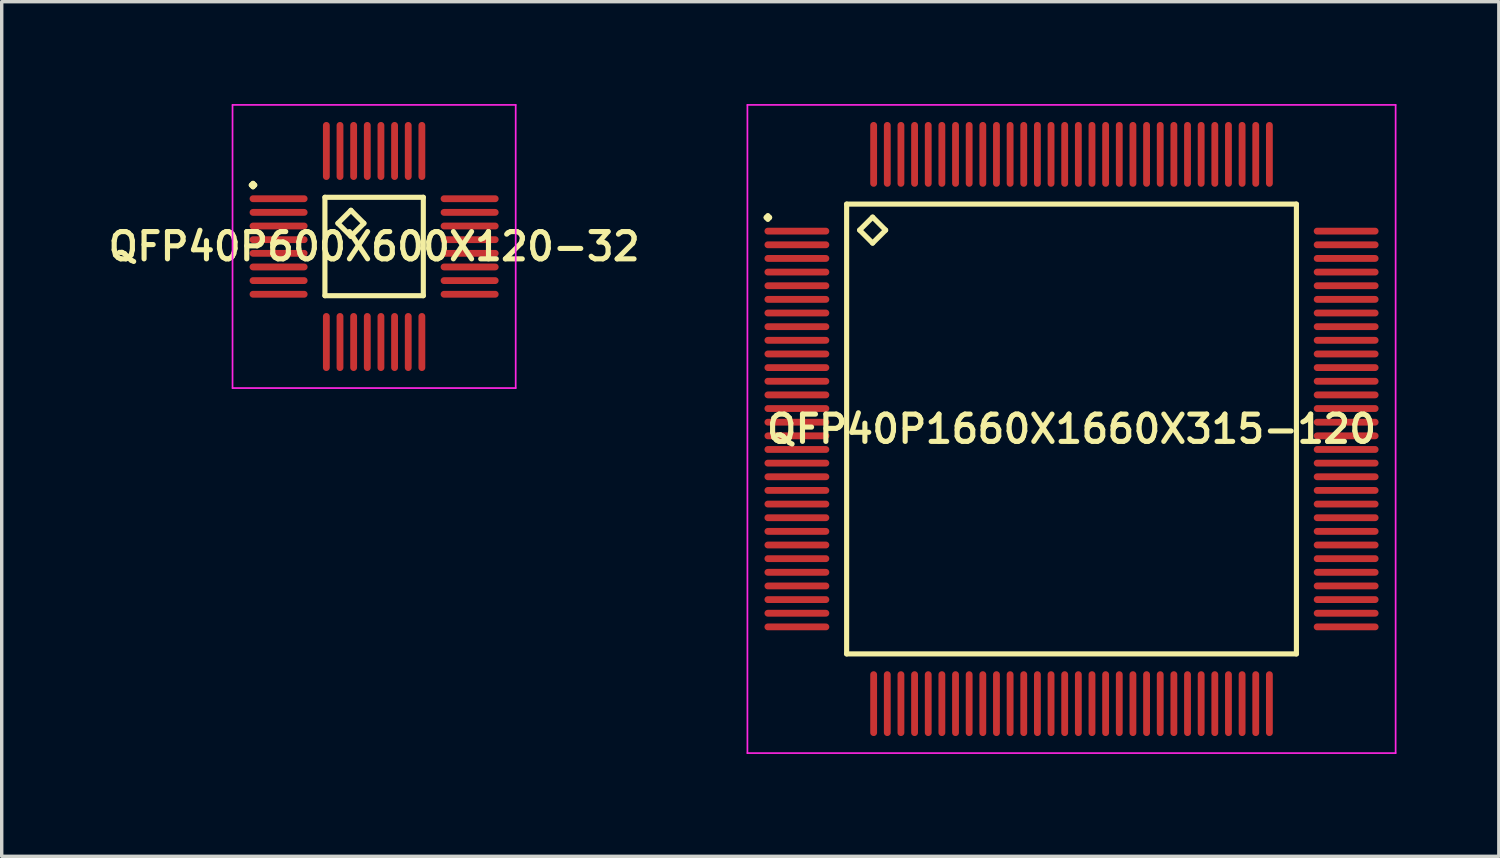
<source format=kicad_pcb>
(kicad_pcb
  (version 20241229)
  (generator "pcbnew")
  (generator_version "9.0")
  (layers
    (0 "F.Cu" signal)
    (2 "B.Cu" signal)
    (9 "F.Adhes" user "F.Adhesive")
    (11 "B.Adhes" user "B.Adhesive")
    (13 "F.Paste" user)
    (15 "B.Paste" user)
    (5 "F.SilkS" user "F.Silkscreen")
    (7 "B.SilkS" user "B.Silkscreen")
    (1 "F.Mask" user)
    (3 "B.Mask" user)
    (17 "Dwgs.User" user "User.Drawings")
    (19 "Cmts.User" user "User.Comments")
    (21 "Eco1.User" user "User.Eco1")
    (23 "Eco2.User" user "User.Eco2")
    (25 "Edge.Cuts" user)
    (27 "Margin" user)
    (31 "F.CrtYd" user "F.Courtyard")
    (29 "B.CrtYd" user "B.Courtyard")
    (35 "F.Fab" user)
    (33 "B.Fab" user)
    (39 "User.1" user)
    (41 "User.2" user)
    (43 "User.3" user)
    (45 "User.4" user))
  (footprint "QFP40P1660X1660X315-120"
    (layer "F.Cu")
    (at 28.358 9.525)
    (property "Reference" "QFP40P1660X1660X315-120" (at 0 0 0) (layer "F.SilkS") (effects (font (size 0.8 0.8) (thickness 0.15))))
    (attr smd)
    (fp_line (start -8.95 -6.2) (end -8.9 -6.25) (stroke (width 0.15) (type solid)) (layer "F.SilkS"))
    (fp_line (start -8.9 -6.25) (end -8.85 -6.2) (stroke (width 0.15) (type solid)) (layer "F.SilkS"))
    (fp_line (start -8.9 -6.15) (end -8.95 -6.2) (stroke (width 0.15) (type solid)) (layer "F.SilkS"))
    (fp_line (start -8.85 -6.2) (end -8.9 -6.15) (stroke (width 0.15) (type solid)) (layer "F.SilkS"))
    (fp_line (start -6.592 -6.592) (end -6.592 6.592) (stroke (width 0.15) (type solid)) (layer "F.SilkS"))
    (fp_line (start -6.592 6.592) (end 6.592 6.592) (stroke (width 0.15) (type solid)) (layer "F.SilkS"))
    (fp_line (start -6.211 -5.83) (end -5.83 -6.211) (stroke (width 0.15) (type solid)) (layer "F.SilkS"))
    (fp_line (start -5.83 -6.211) (end -5.449 -5.83) (stroke (width 0.15) (type solid)) (layer "F.SilkS"))
    (fp_line (start -5.83 -5.449) (end -6.211 -5.83) (stroke (width 0.15) (type solid)) (layer "F.SilkS"))
    (fp_line (start -5.449 -5.83) (end -5.83 -5.449) (stroke (width 0.15) (type solid)) (layer "F.SilkS"))
    (fp_line (start 6.592 -6.592) (end -6.592 -6.592) (stroke (width 0.15) (type solid)) (layer "F.SilkS"))
    (fp_line (start 6.592 6.592) (end 6.592 -6.592) (stroke (width 0.15) (type solid)) (layer "F.SilkS"))
    (fp_line (start -9.5 -9.5) (end 9.5 -9.5) (stroke (width 0.05) (type solid)) (layer "F.CrtYd"))
    (fp_line (start -9.5 9.5) (end -9.5 -9.5) (stroke (width 0.05) (type solid)) (layer "F.CrtYd"))
    (fp_line (start 9.5 -9.5) (end 9.5 9.5) (stroke (width 0.05) (type solid)) (layer "F.CrtYd"))
    (fp_line (start 9.5 9.5) (end -9.5 9.5) (stroke (width 0.05) (type solid)) (layer "F.CrtYd"))
    (pad "1" smd oval (at -8.05 -5.8) (size 1.9 0.2) (layers "F.Cu" "F.Mask" "F.Paste"))
    (pad "2" smd oval (at -8.05 -5.4) (size 1.9 0.2) (layers "F.Cu" "F.Mask" "F.Paste"))
    (pad "3" smd oval (at -8.05 -5) (size 1.9 0.2) (layers "F.Cu" "F.Mask" "F.Paste"))
    (pad "4" smd oval (at -8.05 -4.6) (size 1.9 0.2) (layers "F.Cu" "F.Mask" "F.Paste"))
    (pad "5" smd oval (at -8.05 -4.2) (size 1.9 0.2) (layers "F.Cu" "F.Mask" "F.Paste"))
    (pad "6" smd oval (at -8.05 -3.8) (size 1.9 0.2) (layers "F.Cu" "F.Mask" "F.Paste"))
    (pad "7" smd oval (at -8.05 -3.4) (size 1.9 0.2) (layers "F.Cu" "F.Mask" "F.Paste"))
    (pad "8" smd oval (at -8.05 -3) (size 1.9 0.2) (layers "F.Cu" "F.Mask" "F.Paste"))
    (pad "9" smd oval (at -8.05 -2.6) (size 1.9 0.2) (layers "F.Cu" "F.Mask" "F.Paste"))
    (pad "10" smd oval (at -8.05 -2.2) (size 1.9 0.2) (layers "F.Cu" "F.Mask" "F.Paste"))
    (pad "11" smd oval (at -8.05 -1.8) (size 1.9 0.2) (layers "F.Cu" "F.Mask" "F.Paste"))
    (pad "12" smd oval (at -8.05 -1.4) (size 1.9 0.2) (layers "F.Cu" "F.Mask" "F.Paste"))
    (pad "13" smd oval (at -8.05 -1) (size 1.9 0.2) (layers "F.Cu" "F.Mask" "F.Paste"))
    (pad "14" smd oval (at -8.05 -0.6) (size 1.9 0.2) (layers "F.Cu" "F.Mask" "F.Paste"))
    (pad "15" smd oval (at -8.05 -0.2) (size 1.9 0.2) (layers "F.Cu" "F.Mask" "F.Paste"))
    (pad "16" smd oval (at -8.05 0.2) (size 1.9 0.2) (layers "F.Cu" "F.Mask" "F.Paste"))
    (pad "17" smd oval (at -8.05 0.6) (size 1.9 0.2) (layers "F.Cu" "F.Mask" "F.Paste"))
    (pad "18" smd oval (at -8.05 1) (size 1.9 0.2) (layers "F.Cu" "F.Mask" "F.Paste"))
    (pad "19" smd oval (at -8.05 1.4) (size 1.9 0.2) (layers "F.Cu" "F.Mask" "F.Paste"))
    (pad "20" smd oval (at -8.05 1.8) (size 1.9 0.2) (layers "F.Cu" "F.Mask" "F.Paste"))
    (pad "21" smd oval (at -8.05 2.2) (size 1.9 0.2) (layers "F.Cu" "F.Mask" "F.Paste"))
    (pad "22" smd oval (at -8.05 2.6) (size 1.9 0.2) (layers "F.Cu" "F.Mask" "F.Paste"))
    (pad "23" smd oval (at -8.05 3) (size 1.9 0.2) (layers "F.Cu" "F.Mask" "F.Paste"))
    (pad "24" smd oval (at -8.05 3.4) (size 1.9 0.2) (layers "F.Cu" "F.Mask" "F.Paste"))
    (pad "25" smd oval (at -8.05 3.8) (size 1.9 0.2) (layers "F.Cu" "F.Mask" "F.Paste"))
    (pad "26" smd oval (at -8.05 4.2) (size 1.9 0.2) (layers "F.Cu" "F.Mask" "F.Paste"))
    (pad "27" smd oval (at -8.05 4.6) (size 1.9 0.2) (layers "F.Cu" "F.Mask" "F.Paste"))
    (pad "28" smd oval (at -8.05 5) (size 1.9 0.2) (layers "F.Cu" "F.Mask" "F.Paste"))
    (pad "29" smd oval (at -8.05 5.4) (size 1.9 0.2) (layers "F.Cu" "F.Mask" "F.Paste"))
    (pad "30" smd oval (at -8.05 5.8) (size 1.9 0.2) (layers "F.Cu" "F.Mask" "F.Paste"))
    (pad "31" smd oval (at -5.8 8.05) (size 0.2 1.9) (layers "F.Cu" "F.Mask" "F.Paste"))
    (pad "32" smd oval (at -5.4 8.05) (size 0.2 1.9) (layers "F.Cu" "F.Mask" "F.Paste"))
    (pad "33" smd oval (at -5 8.05) (size 0.2 1.9) (layers "F.Cu" "F.Mask" "F.Paste"))
    (pad "34" smd oval (at -4.6 8.05) (size 0.2 1.9) (layers "F.Cu" "F.Mask" "F.Paste"))
    (pad "35" smd oval (at -4.2 8.05) (size 0.2 1.9) (layers "F.Cu" "F.Mask" "F.Paste"))
    (pad "36" smd oval (at -3.8 8.05) (size 0.2 1.9) (layers "F.Cu" "F.Mask" "F.Paste"))
    (pad "37" smd oval (at -3.4 8.05) (size 0.2 1.9) (layers "F.Cu" "F.Mask" "F.Paste"))
    (pad "38" smd oval (at -3 8.05) (size 0.2 1.9) (layers "F.Cu" "F.Mask" "F.Paste"))
    (pad "39" smd oval (at -2.6 8.05) (size 0.2 1.9) (layers "F.Cu" "F.Mask" "F.Paste"))
    (pad "40" smd oval (at -2.2 8.05) (size 0.2 1.9) (layers "F.Cu" "F.Mask" "F.Paste"))
    (pad "41" smd oval (at -1.8 8.05) (size 0.2 1.9) (layers "F.Cu" "F.Mask" "F.Paste"))
    (pad "42" smd oval (at -1.4 8.05) (size 0.2 1.9) (layers "F.Cu" "F.Mask" "F.Paste"))
    (pad "43" smd oval (at -1 8.05) (size 0.2 1.9) (layers "F.Cu" "F.Mask" "F.Paste"))
    (pad "44" smd oval (at -0.6 8.05) (size 0.2 1.9) (layers "F.Cu" "F.Mask" "F.Paste"))
    (pad "45" smd oval (at -0.2 8.05) (size 0.2 1.9) (layers "F.Cu" "F.Mask" "F.Paste"))
    (pad "46" smd oval (at 0.2 8.05) (size 0.2 1.9) (layers "F.Cu" "F.Mask" "F.Paste"))
    (pad "47" smd oval (at 0.6 8.05) (size 0.2 1.9) (layers "F.Cu" "F.Mask" "F.Paste"))
    (pad "48" smd oval (at 1 8.05) (size 0.2 1.9) (layers "F.Cu" "F.Mask" "F.Paste"))
    (pad "49" smd oval (at 1.4 8.05) (size 0.2 1.9) (layers "F.Cu" "F.Mask" "F.Paste"))
    (pad "50" smd oval (at 1.8 8.05) (size 0.2 1.9) (layers "F.Cu" "F.Mask" "F.Paste"))
    (pad "51" smd oval (at 2.2 8.05) (size 0.2 1.9) (layers "F.Cu" "F.Mask" "F.Paste"))
    (pad "52" smd oval (at 2.6 8.05) (size 0.2 1.9) (layers "F.Cu" "F.Mask" "F.Paste"))
    (pad "53" smd oval (at 3 8.05) (size 0.2 1.9) (layers "F.Cu" "F.Mask" "F.Paste"))
    (pad "54" smd oval (at 3.4 8.05) (size 0.2 1.9) (layers "F.Cu" "F.Mask" "F.Paste"))
    (pad "55" smd oval (at 3.8 8.05) (size 0.2 1.9) (layers "F.Cu" "F.Mask" "F.Paste"))
    (pad "56" smd oval (at 4.2 8.05) (size 0.2 1.9) (layers "F.Cu" "F.Mask" "F.Paste"))
    (pad "57" smd oval (at 4.6 8.05) (size 0.2 1.9) (layers "F.Cu" "F.Mask" "F.Paste"))
    (pad "58" smd oval (at 5 8.05) (size 0.2 1.9) (layers "F.Cu" "F.Mask" "F.Paste"))
    (pad "59" smd oval (at 5.4 8.05) (size 0.2 1.9) (layers "F.Cu" "F.Mask" "F.Paste"))
    (pad "60" smd oval (at 5.8 8.05) (size 0.2 1.9) (layers "F.Cu" "F.Mask" "F.Paste"))
    (pad "61" smd oval (at 8.05 5.8) (size 1.9 0.2) (layers "F.Cu" "F.Mask" "F.Paste"))
    (pad "62" smd oval (at 8.05 5.4) (size 1.9 0.2) (layers "F.Cu" "F.Mask" "F.Paste"))
    (pad "63" smd oval (at 8.05 5) (size 1.9 0.2) (layers "F.Cu" "F.Mask" "F.Paste"))
    (pad "64" smd oval (at 8.05 4.6) (size 1.9 0.2) (layers "F.Cu" "F.Mask" "F.Paste"))
    (pad "65" smd oval (at 8.05 4.2) (size 1.9 0.2) (layers "F.Cu" "F.Mask" "F.Paste"))
    (pad "66" smd oval (at 8.05 3.8) (size 1.9 0.2) (layers "F.Cu" "F.Mask" "F.Paste"))
    (pad "67" smd oval (at 8.05 3.4) (size 1.9 0.2) (layers "F.Cu" "F.Mask" "F.Paste"))
    (pad "68" smd oval (at 8.05 3) (size 1.9 0.2) (layers "F.Cu" "F.Mask" "F.Paste"))
    (pad "69" smd oval (at 8.05 2.6) (size 1.9 0.2) (layers "F.Cu" "F.Mask" "F.Paste"))
    (pad "70" smd oval (at 8.05 2.2) (size 1.9 0.2) (layers "F.Cu" "F.Mask" "F.Paste"))
    (pad "71" smd oval (at 8.05 1.8) (size 1.9 0.2) (layers "F.Cu" "F.Mask" "F.Paste"))
    (pad "72" smd oval (at 8.05 1.4) (size 1.9 0.2) (layers "F.Cu" "F.Mask" "F.Paste"))
    (pad "73" smd oval (at 8.05 1) (size 1.9 0.2) (layers "F.Cu" "F.Mask" "F.Paste"))
    (pad "74" smd oval (at 8.05 0.6) (size 1.9 0.2) (layers "F.Cu" "F.Mask" "F.Paste"))
    (pad "75" smd oval (at 8.05 0.2) (size 1.9 0.2) (layers "F.Cu" "F.Mask" "F.Paste"))
    (pad "76" smd oval (at 8.05 -0.2) (size 1.9 0.2) (layers "F.Cu" "F.Mask" "F.Paste"))
    (pad "77" smd oval (at 8.05 -0.6) (size 1.9 0.2) (layers "F.Cu" "F.Mask" "F.Paste"))
    (pad "78" smd oval (at 8.05 -1) (size 1.9 0.2) (layers "F.Cu" "F.Mask" "F.Paste"))
    (pad "79" smd oval (at 8.05 -1.4) (size 1.9 0.2) (layers "F.Cu" "F.Mask" "F.Paste"))
    (pad "80" smd oval (at 8.05 -1.8) (size 1.9 0.2) (layers "F.Cu" "F.Mask" "F.Paste"))
    (pad "81" smd oval (at 8.05 -2.2) (size 1.9 0.2) (layers "F.Cu" "F.Mask" "F.Paste"))
    (pad "82" smd oval (at 8.05 -2.6) (size 1.9 0.2) (layers "F.Cu" "F.Mask" "F.Paste"))
    (pad "83" smd oval (at 8.05 -3) (size 1.9 0.2) (layers "F.Cu" "F.Mask" "F.Paste"))
    (pad "84" smd oval (at 8.05 -3.4) (size 1.9 0.2) (layers "F.Cu" "F.Mask" "F.Paste"))
    (pad "85" smd oval (at 8.05 -3.8) (size 1.9 0.2) (layers "F.Cu" "F.Mask" "F.Paste"))
    (pad "86" smd oval (at 8.05 -4.2) (size 1.9 0.2) (layers "F.Cu" "F.Mask" "F.Paste"))
    (pad "87" smd oval (at 8.05 -4.6) (size 1.9 0.2) (layers "F.Cu" "F.Mask" "F.Paste"))
    (pad "88" smd oval (at 8.05 -5) (size 1.9 0.2) (layers "F.Cu" "F.Mask" "F.Paste"))
    (pad "89" smd oval (at 8.05 -5.4) (size 1.9 0.2) (layers "F.Cu" "F.Mask" "F.Paste"))
    (pad "90" smd oval (at 8.05 -5.8) (size 1.9 0.2) (layers "F.Cu" "F.Mask" "F.Paste"))
    (pad "91" smd oval (at 5.8 -8.05) (size 0.2 1.9) (layers "F.Cu" "F.Mask" "F.Paste"))
    (pad "92" smd oval (at 5.4 -8.05) (size 0.2 1.9) (layers "F.Cu" "F.Mask" "F.Paste"))
    (pad "93" smd oval (at 5 -8.05) (size 0.2 1.9) (layers "F.Cu" "F.Mask" "F.Paste"))
    (pad "94" smd oval (at 4.6 -8.05) (size 0.2 1.9) (layers "F.Cu" "F.Mask" "F.Paste"))
    (pad "95" smd oval (at 4.2 -8.05) (size 0.2 1.9) (layers "F.Cu" "F.Mask" "F.Paste"))
    (pad "96" smd oval (at 3.8 -8.05) (size 0.2 1.9) (layers "F.Cu" "F.Mask" "F.Paste"))
    (pad "97" smd oval (at 3.4 -8.05) (size 0.2 1.9) (layers "F.Cu" "F.Mask" "F.Paste"))
    (pad "98" smd oval (at 3 -8.05) (size 0.2 1.9) (layers "F.Cu" "F.Mask" "F.Paste"))
    (pad "99" smd oval (at 2.6 -8.05) (size 0.2 1.9) (layers "F.Cu" "F.Mask" "F.Paste"))
    (pad "100" smd oval (at 2.2 -8.05) (size 0.2 1.9) (layers "F.Cu" "F.Mask" "F.Paste"))
    (pad "101" smd oval (at 1.8 -8.05) (size 0.2 1.9) (layers "F.Cu" "F.Mask" "F.Paste"))
    (pad "102" smd oval (at 1.4 -8.05) (size 0.2 1.9) (layers "F.Cu" "F.Mask" "F.Paste"))
    (pad "103" smd oval (at 1 -8.05) (size 0.2 1.9) (layers "F.Cu" "F.Mask" "F.Paste"))
    (pad "104" smd oval (at 0.6 -8.05) (size 0.2 1.9) (layers "F.Cu" "F.Mask" "F.Paste"))
    (pad "105" smd oval (at 0.2 -8.05) (size 0.2 1.9) (layers "F.Cu" "F.Mask" "F.Paste"))
    (pad "106" smd oval (at -0.2 -8.05) (size 0.2 1.9) (layers "F.Cu" "F.Mask" "F.Paste"))
    (pad "107" smd oval (at -0.6 -8.05) (size 0.2 1.9) (layers "F.Cu" "F.Mask" "F.Paste"))
    (pad "108" smd oval (at -1 -8.05) (size 0.2 1.9) (layers "F.Cu" "F.Mask" "F.Paste"))
    (pad "109" smd oval (at -1.4 -8.05) (size 0.2 1.9) (layers "F.Cu" "F.Mask" "F.Paste"))
    (pad "110" smd oval (at -1.8 -8.05) (size 0.2 1.9) (layers "F.Cu" "F.Mask" "F.Paste"))
    (pad "111" smd oval (at -2.2 -8.05) (size 0.2 1.9) (layers "F.Cu" "F.Mask" "F.Paste"))
    (pad "112" smd oval (at -2.6 -8.05) (size 0.2 1.9) (layers "F.Cu" "F.Mask" "F.Paste"))
    (pad "113" smd oval (at -3 -8.05) (size 0.2 1.9) (layers "F.Cu" "F.Mask" "F.Paste"))
    (pad "114" smd oval (at -3.4 -8.05) (size 0.2 1.9) (layers "F.Cu" "F.Mask" "F.Paste"))
    (pad "115" smd oval (at -3.8 -8.05) (size 0.2 1.9) (layers "F.Cu" "F.Mask" "F.Paste"))
    (pad "116" smd oval (at -4.2 -8.05) (size 0.2 1.9) (layers "F.Cu" "F.Mask" "F.Paste"))
    (pad "117" smd oval (at -4.6 -8.05) (size 0.2 1.9) (layers "F.Cu" "F.Mask" "F.Paste"))
    (pad "118" smd oval (at -5 -8.05) (size 0.2 1.9) (layers "F.Cu" "F.Mask" "F.Paste"))
    (pad "119" smd oval (at -5.4 -8.05) (size 0.2 1.9) (layers "F.Cu" "F.Mask" "F.Paste"))
    (pad "120" smd oval (at -5.8 -8.05) (size 0.2 1.9) (layers "F.Cu" "F.Mask" "F.Paste")))
  (footprint "QFP40P600X600X120-32"
    (layer "F.Cu")
    (at 7.916 4.175)
    (property "Reference" "QFP40P600X600X120-32" (at 0 0 0) (layer "F.SilkS") (effects (font (size 0.8 0.8) (thickness 0.15))))
    (attr smd)
    (fp_line (start -3.6 -1.8) (end -3.55 -1.85) (stroke (width 0.15) (type solid)) (layer "F.SilkS"))
    (fp_line (start -3.55 -1.85) (end -3.5 -1.8) (stroke (width 0.15) (type solid)) (layer "F.SilkS"))
    (fp_line (start -3.55 -1.75) (end -3.6 -1.8) (stroke (width 0.15) (type solid)) (layer "F.SilkS"))
    (fp_line (start -3.5 -1.8) (end -3.55 -1.75) (stroke (width 0.15) (type solid)) (layer "F.SilkS"))
    (fp_line (start -1.442 -1.442) (end -1.442 1.442) (stroke (width 0.15) (type solid)) (layer "F.SilkS"))
    (fp_line (start -1.442 1.442) (end 1.442 1.442) (stroke (width 0.15) (type solid)) (layer "F.SilkS"))
    (fp_line (start -1.061 -0.68) (end -0.68 -1.061) (stroke (width 0.15) (type solid)) (layer "F.SilkS"))
    (fp_line (start -0.68 -1.061) (end -0.299 -0.68) (stroke (width 0.15) (type solid)) (layer "F.SilkS"))
    (fp_line (start -0.68 -0.299) (end -1.061 -0.68) (stroke (width 0.15) (type solid)) (layer "F.SilkS"))
    (fp_line (start -0.299 -0.68) (end -0.68 -0.299) (stroke (width 0.15) (type solid)) (layer "F.SilkS"))
    (fp_line (start 1.442 -1.442) (end -1.442 -1.442) (stroke (width 0.15) (type solid)) (layer "F.SilkS"))
    (fp_line (start 1.442 1.442) (end 1.442 -1.442) (stroke (width 0.15) (type solid)) (layer "F.SilkS"))
    (fp_line (start -4.15 -4.15) (end 4.15 -4.15) (stroke (width 0.05) (type solid)) (layer "F.CrtYd"))
    (fp_line (start -4.15 4.15) (end -4.15 -4.15) (stroke (width 0.05) (type solid)) (layer "F.CrtYd"))
    (fp_line (start 4.15 -4.15) (end 4.15 4.15) (stroke (width 0.05) (type solid)) (layer "F.CrtYd"))
    (fp_line (start 4.15 4.15) (end -4.15 4.15) (stroke (width 0.05) (type solid)) (layer "F.CrtYd"))
    (pad "1" smd oval (at -2.8 -1.4) (size 1.7 0.2) (layers "F.Cu" "F.Mask" "F.Paste"))
    (pad "2" smd oval (at -2.8 -1) (size 1.7 0.2) (layers "F.Cu" "F.Mask" "F.Paste"))
    (pad "3" smd oval (at -2.8 -0.6) (size 1.7 0.2) (layers "F.Cu" "F.Mask" "F.Paste"))
    (pad "4" smd oval (at -2.8 -0.2) (size 1.7 0.2) (layers "F.Cu" "F.Mask" "F.Paste"))
    (pad "5" smd oval (at -2.8 0.2) (size 1.7 0.2) (layers "F.Cu" "F.Mask" "F.Paste"))
    (pad "6" smd oval (at -2.8 0.6) (size 1.7 0.2) (layers "F.Cu" "F.Mask" "F.Paste"))
    (pad "7" smd oval (at -2.8 1) (size 1.7 0.2) (layers "F.Cu" "F.Mask" "F.Paste"))
    (pad "8" smd oval (at -2.8 1.4) (size 1.7 0.2) (layers "F.Cu" "F.Mask" "F.Paste"))
    (pad "9" smd oval (at -1.4 2.8) (size 0.2 1.7) (layers "F.Cu" "F.Mask" "F.Paste"))
    (pad "10" smd oval (at -1 2.8) (size 0.2 1.7) (layers "F.Cu" "F.Mask" "F.Paste"))
    (pad "11" smd oval (at -0.6 2.8) (size 0.2 1.7) (layers "F.Cu" "F.Mask" "F.Paste"))
    (pad "12" smd oval (at -0.2 2.8) (size 0.2 1.7) (layers "F.Cu" "F.Mask" "F.Paste"))
    (pad "13" smd oval (at 0.2 2.8) (size 0.2 1.7) (layers "F.Cu" "F.Mask" "F.Paste"))
    (pad "14" smd oval (at 0.6 2.8) (size 0.2 1.7) (layers "F.Cu" "F.Mask" "F.Paste"))
    (pad "15" smd oval (at 1 2.8) (size 0.2 1.7) (layers "F.Cu" "F.Mask" "F.Paste"))
    (pad "16" smd oval (at 1.4 2.8) (size 0.2 1.7) (layers "F.Cu" "F.Mask" "F.Paste"))
    (pad "17" smd oval (at 2.8 1.4) (size 1.7 0.2) (layers "F.Cu" "F.Mask" "F.Paste"))
    (pad "18" smd oval (at 2.8 1) (size 1.7 0.2) (layers "F.Cu" "F.Mask" "F.Paste"))
    (pad "19" smd oval (at 2.8 0.6) (size 1.7 0.2) (layers "F.Cu" "F.Mask" "F.Paste"))
    (pad "20" smd oval (at 2.8 0.2) (size 1.7 0.2) (layers "F.Cu" "F.Mask" "F.Paste"))
    (pad "21" smd oval (at 2.8 -0.2) (size 1.7 0.2) (layers "F.Cu" "F.Mask" "F.Paste"))
    (pad "22" smd oval (at 2.8 -0.6) (size 1.7 0.2) (layers "F.Cu" "F.Mask" "F.Paste"))
    (pad "23" smd oval (at 2.8 -1) (size 1.7 0.2) (layers "F.Cu" "F.Mask" "F.Paste"))
    (pad "24" smd oval (at 2.8 -1.4) (size 1.7 0.2) (layers "F.Cu" "F.Mask" "F.Paste"))
    (pad "25" smd oval (at 1.4 -2.8) (size 0.2 1.7) (layers "F.Cu" "F.Mask" "F.Paste"))
    (pad "26" smd oval (at 1 -2.8) (size 0.2 1.7) (layers "F.Cu" "F.Mask" "F.Paste"))
    (pad "27" smd oval (at 0.6 -2.8) (size 0.2 1.7) (layers "F.Cu" "F.Mask" "F.Paste"))
    (pad "28" smd oval (at 0.2 -2.8) (size 0.2 1.7) (layers "F.Cu" "F.Mask" "F.Paste"))
    (pad "29" smd oval (at -0.2 -2.8) (size 0.2 1.7) (layers "F.Cu" "F.Mask" "F.Paste"))
    (pad "30" smd oval (at -0.6 -2.8) (size 0.2 1.7) (layers "F.Cu" "F.Mask" "F.Paste"))
    (pad "31" smd oval (at -1 -2.8) (size 0.2 1.7) (layers "F.Cu" "F.Mask" "F.Paste"))
    (pad "32" smd oval (at -1.4 -2.8) (size 0.2 1.7) (layers "F.Cu" "F.Mask" "F.Paste")))
  (gr_rect
    (start -3 -3)
    (end 40.883 22.05)
    (stroke (width 0.1) (type default))
    (fill no)
    (layer "Edge.Cuts")))
</source>
